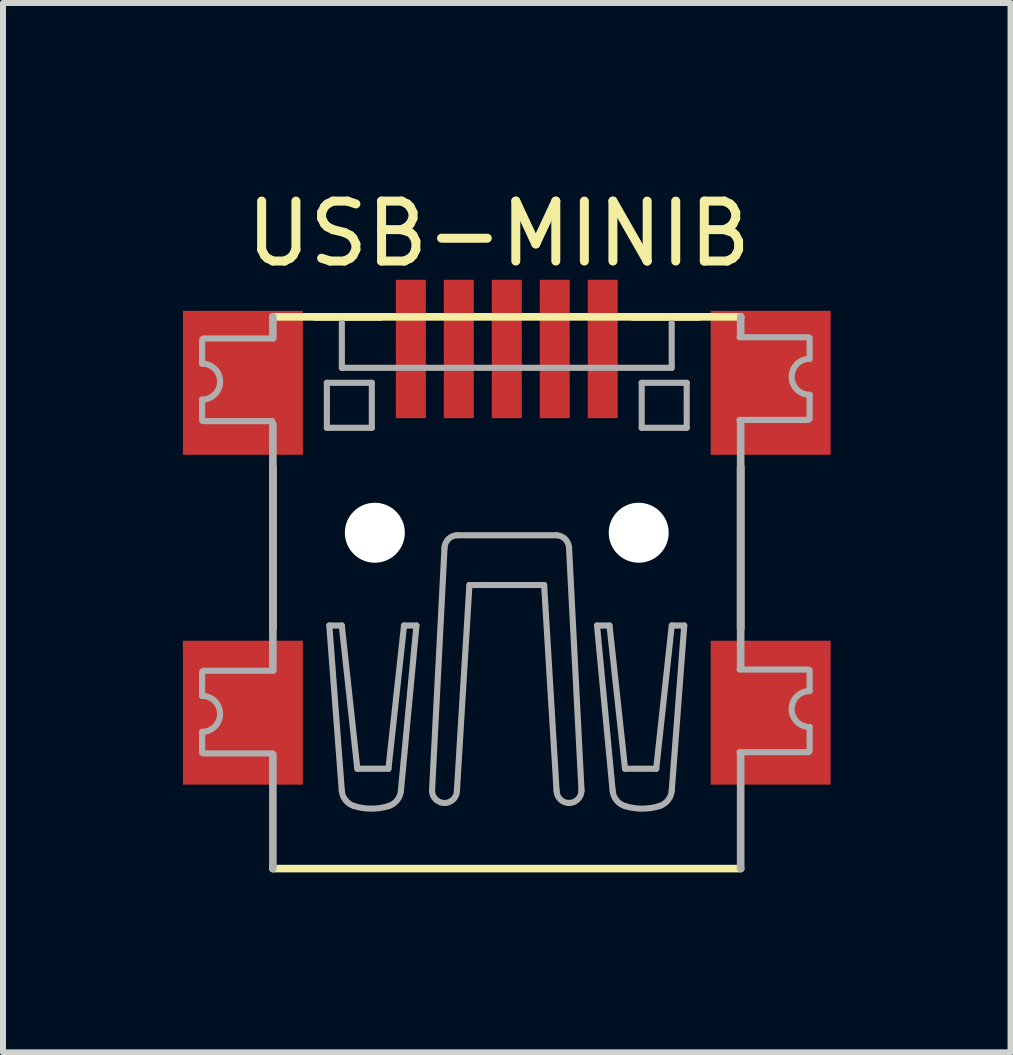
<source format=kicad_pcb>
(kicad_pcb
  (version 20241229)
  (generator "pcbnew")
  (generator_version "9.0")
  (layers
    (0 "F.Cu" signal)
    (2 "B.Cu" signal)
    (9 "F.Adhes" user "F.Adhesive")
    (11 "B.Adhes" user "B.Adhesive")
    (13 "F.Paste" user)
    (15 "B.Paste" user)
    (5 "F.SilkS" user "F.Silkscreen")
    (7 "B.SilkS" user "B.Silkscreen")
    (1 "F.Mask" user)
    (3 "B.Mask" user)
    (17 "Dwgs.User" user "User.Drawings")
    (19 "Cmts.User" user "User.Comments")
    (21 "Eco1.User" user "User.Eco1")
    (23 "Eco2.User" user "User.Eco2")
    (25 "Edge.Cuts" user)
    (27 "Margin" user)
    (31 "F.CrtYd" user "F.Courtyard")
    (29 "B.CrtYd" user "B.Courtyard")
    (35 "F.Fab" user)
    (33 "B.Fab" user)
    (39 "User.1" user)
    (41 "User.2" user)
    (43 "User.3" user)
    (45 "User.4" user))
  (footprint "USB-MINIB"
    (layer "F.Cu")
    (at 5.4 6.833)
    (property "Reference" "USB-MINIB" (at -0.135 -5.985 0) (layer "F.SilkS") (effects (font (size 1 1) (thickness 0.15))))
    (attr through_hole)
    (fp_line (start -3.9 -4.6) (end 3.9 -4.6) (stroke (width 0.127) (type solid)) (layer "F.SilkS"))
    (fp_line (start -3.9 0.6) (end -3.9 -2.1) (stroke (width 0.127) (type solid)) (layer "F.SilkS"))
    (fp_line (start -3.9 4.6) (end 3.9 4.6) (stroke (width 0.127) (type solid)) (layer "F.SilkS"))
    (fp_line (start -3.2 -4.6) (end -2.1 -4.6) (stroke (width 0.127) (type solid)) (layer "F.SilkS"))
    (fp_line (start 2.1 -4.6) (end 3.2 -4.6) (stroke (width 0.127) (type solid)) (layer "F.SilkS"))
    (fp_line (start 3.9 -2.1) (end 3.9 0.6) (stroke (width 0.127) (type solid)) (layer "F.SilkS"))
    (fp_line (start -5.08 -4.22) (end -5.08 -3.82) (stroke (width 0.102) (type solid)) (layer "F.Fab"))
    (fp_line (start -5.08 -2.87) (end -5.08 -3.22) (stroke (width 0.102) (type solid)) (layer "F.Fab"))
    (fp_line (start -5.08 1.32) (end -5.08 1.72) (stroke (width 0.102) (type solid)) (layer "F.Fab"))
    (fp_line (start -5.08 2.67) (end -5.08 2.32) (stroke (width 0.102) (type solid)) (layer "F.Fab"))
    (fp_line (start -5.06 -4.239) (end -3.91 -4.239) (stroke (width 0.102) (type solid)) (layer "F.Fab"))
    (fp_line (start -5.06 1.301) (end -3.91 1.301) (stroke (width 0.102) (type solid)) (layer "F.Fab"))
    (fp_line (start -3.91 -2.861) (end -5.06 -2.861) (stroke (width 0.102) (type solid)) (layer "F.Fab"))
    (fp_line (start -3.91 2.679) (end -5.06 2.679) (stroke (width 0.102) (type solid)) (layer "F.Fab"))
    (fp_line (start -3.9 -4.6) (end -3.9 -4.25) (stroke (width 0.127) (type solid)) (layer "F.Fab"))
    (fp_line (start -3.9 1.29) (end -3.9 -2.81) (stroke (width 0.127) (type solid)) (layer "F.Fab"))
    (fp_line (start -3.9 4.6) (end -3.9 2.7) (stroke (width 0.127) (type solid)) (layer "F.Fab"))
    (fp_line (start -3 -3.5) (end -2.25 -3.5) (stroke (width 0.102) (type solid)) (layer "F.Fab"))
    (fp_line (start -3 -2.75) (end -3 -3.5) (stroke (width 0.102) (type solid)) (layer "F.Fab"))
    (fp_line (start -2.959 0.547) (end -2.751 3.299) (stroke (width 0.102) (type solid)) (layer "F.Fab"))
    (fp_line (start -2.751 0.547) (end -2.959 0.547) (stroke (width 0.102) (type solid)) (layer "F.Fab"))
    (fp_line (start -2.75 -4.5) (end -2.75 -3.75) (stroke (width 0.102) (type solid)) (layer "F.Fab"))
    (fp_line (start -2.75 -3.75) (end 2.75 -3.75) (stroke (width 0.102) (type solid)) (layer "F.Fab"))
    (fp_line (start -2.492 2.935) (end -2.751 0.547) (stroke (width 0.102) (type solid)) (layer "F.Fab"))
    (fp_line (start -2.25 -3.5) (end -2.25 -2.75) (stroke (width 0.102) (type solid)) (layer "F.Fab"))
    (fp_line (start -2.25 -2.75) (end -3 -2.75) (stroke (width 0.102) (type solid)) (layer "F.Fab"))
    (fp_line (start -1.973 2.935) (end -2.492 2.935) (stroke (width 0.102) (type solid)) (layer "F.Fab"))
    (fp_line (start -1.765 3.299) (end -1.506 0.547) (stroke (width 0.102) (type solid)) (layer "F.Fab"))
    (fp_line (start -1.713 0.547) (end -1.973 2.935) (stroke (width 0.102) (type solid)) (layer "F.Fab"))
    (fp_line (start -1.506 0.547) (end -1.713 0.547) (stroke (width 0.102) (type solid)) (layer "F.Fab"))
    (fp_line (start -1.246 3.298) (end -1.038 -0.751) (stroke (width 0.102) (type solid)) (layer "F.Fab"))
    (fp_line (start -0.831 3.299) (end -0.623 -0.128) (stroke (width 0.102) (type solid)) (layer "F.Fab"))
    (fp_line (start 0.623 -0.128) (end -0.623 -0.128) (stroke (width 0.102) (type solid)) (layer "F.Fab"))
    (fp_line (start 0.83 -0.958) (end -0.831 -0.958) (stroke (width 0.102) (type solid)) (layer "F.Fab"))
    (fp_line (start 0.83 3.299) (end 0.623 -0.128) (stroke (width 0.102) (type solid)) (layer "F.Fab"))
    (fp_line (start 1.246 3.298) (end 1.038 -0.751) (stroke (width 0.102) (type solid)) (layer "F.Fab"))
    (fp_line (start 1.505 0.547) (end 1.713 0.547) (stroke (width 0.102) (type solid)) (layer "F.Fab"))
    (fp_line (start 1.713 0.547) (end 1.972 2.935) (stroke (width 0.102) (type solid)) (layer "F.Fab"))
    (fp_line (start 1.765 3.299) (end 1.505 0.547) (stroke (width 0.102) (type solid)) (layer "F.Fab"))
    (fp_line (start 1.972 2.935) (end 2.492 2.935) (stroke (width 0.102) (type solid)) (layer "F.Fab"))
    (fp_line (start 2.25 -3.5) (end 2.25 -2.75) (stroke (width 0.102) (type solid)) (layer "F.Fab"))
    (fp_line (start 2.25 -2.75) (end 3 -2.75) (stroke (width 0.102) (type solid)) (layer "F.Fab"))
    (fp_line (start 2.492 2.935) (end 2.751 0.547) (stroke (width 0.102) (type solid)) (layer "F.Fab"))
    (fp_line (start 2.75 -3.75) (end 2.75 -4.5) (stroke (width 0.102) (type solid)) (layer "F.Fab"))
    (fp_line (start 2.751 0.547) (end 2.959 0.547) (stroke (width 0.102) (type solid)) (layer "F.Fab"))
    (fp_line (start 2.959 0.547) (end 2.751 3.299) (stroke (width 0.102) (type solid)) (layer "F.Fab"))
    (fp_line (start 3 -3.5) (end 2.25 -3.5) (stroke (width 0.102) (type solid)) (layer "F.Fab"))
    (fp_line (start 3 -2.75) (end 3 -3.5) (stroke (width 0.102) (type solid)) (layer "F.Fab"))
    (fp_line (start 3.88 -4.259) (end 5.03 -4.259) (stroke (width 0.102) (type solid)) (layer "F.Fab"))
    (fp_line (start 3.88 1.281) (end 5.03 1.281) (stroke (width 0.102) (type solid)) (layer "F.Fab"))
    (fp_line (start 3.9 -4.6) (end 3.9 -4.3) (stroke (width 0.127) (type solid)) (layer "F.Fab"))
    (fp_line (start 3.9 1.24) (end 3.9 -2.86) (stroke (width 0.127) (type solid)) (layer "F.Fab"))
    (fp_line (start 3.9 4.6) (end 3.9 2.7) (stroke (width 0.127) (type solid)) (layer "F.Fab"))
    (fp_line (start 5.03 -2.881) (end 3.88 -2.881) (stroke (width 0.102) (type solid)) (layer "F.Fab"))
    (fp_line (start 5.03 2.659) (end 3.88 2.659) (stroke (width 0.102) (type solid)) (layer "F.Fab"))
    (fp_line (start 5.05 -4.25) (end 5.05 -3.9) (stroke (width 0.102) (type solid)) (layer "F.Fab"))
    (fp_line (start 5.05 -2.9) (end 5.05 -3.3) (stroke (width 0.102) (type solid)) (layer "F.Fab"))
    (fp_line (start 5.05 1.29) (end 5.05 1.64) (stroke (width 0.102) (type solid)) (layer "F.Fab"))
    (fp_line (start 5.05 2.64) (end 5.05 2.24) (stroke (width 0.102) (type solid)) (layer "F.Fab"))
    (fp_arc (start -5.08 -3.82) (mid -4.78 -3.52) (end -5.08 -3.22) (stroke (width 0.1016) (type solid)) (layer "F.Fab"))
    (fp_arc (start -5.08 1.72) (mid -4.78 2.02) (end -5.08 2.32) (stroke (width 0.1016) (type solid)) (layer "F.Fab"))
    (fp_arc (start -2.5438 3.558) (mid -2.687659 3.460297) (end -2.7514 3.2985) (stroke (width 0.1016) (type solid)) (layer "F.Fab"))
    (fp_arc (start -1.9727 3.558) (mid -2.25825 3.600802) (end -2.5438 3.558) (stroke (width 0.1016) (type solid)) (layer "F.Fab"))
    (fp_arc (start -1.7651 3.2985) (mid -1.828841 3.460297) (end -1.9727 3.558) (stroke (width 0.1016) (type solid)) (layer "F.Fab"))
    (fp_arc (start -1.0383 -0.7508) (mid -0.974177 -0.894346) (end -0.8306 -0.9584) (stroke (width 0.1016) (type solid)) (layer "F.Fab"))
    (fp_arc (start -1.0383 3.5061) (mid -1.185095 3.445295) (end -1.2459 3.2985) (stroke (width 0.1016) (type solid)) (layer "F.Fab"))
    (fp_arc (start -0.8306 3.2985) (mid -0.891405 3.445295) (end -1.0382 3.5061) (stroke (width 0.1016) (type solid)) (layer "F.Fab"))
    (fp_arc (start 0.8304 -0.9584) (mid 0.973951 -0.89432) (end 1.0381 -0.7508) (stroke (width 0.1016) (type solid)) (layer "F.Fab"))
    (fp_arc (start 1.038 3.5061) (mid 0.891205 3.445295) (end 0.8304 3.2985) (stroke (width 0.1016) (type solid)) (layer "F.Fab"))
    (fp_arc (start 1.2457 3.2985) (mid 1.184895 3.445295) (end 1.0381 3.5061) (stroke (width 0.1016) (type solid)) (layer "F.Fab"))
    (fp_arc (start 1.9725 3.558) (mid 1.828641 3.460297) (end 1.7649 3.2985) (stroke (width 0.1016) (type solid)) (layer "F.Fab"))
    (fp_arc (start 2.5436 3.558) (mid 2.25805 3.600802) (end 1.9725 3.558) (stroke (width 0.1016) (type solid)) (layer "F.Fab"))
    (fp_arc (start 2.7512 3.2985) (mid 2.687459 3.460297) (end 2.5436 3.558) (stroke (width 0.1016) (type solid)) (layer "F.Fab"))
    (fp_arc (start 5.05 -3.3) (mid 4.75 -3.6) (end 5.05 -3.9) (stroke (width 0.1016) (type solid)) (layer "F.Fab"))
    (fp_arc (start 5.05 2.24) (mid 4.75 1.94) (end 5.05 1.64) (stroke (width 0.1016) (type solid)) (layer "F.Fab"))
    (pad "" np_thru_hole circle (at -2.2 -1) (size 1 1) (drill 1) (layers "*.Cu" "*.Mask"))
    (pad "" np_thru_hole circle (at 2.2 -1) (size 1 1) (drill 1) (layers "*.Cu" "*.Mask"))
    (pad "D+" smd rect (at 0 -4.064 180) (size 0.5 2.308) (layers "F.Cu" "F.Mask" "F.Paste"))
    (pad "D-" smd rect (at -0.8 -4.064 180) (size 0.5 2.308) (layers "F.Cu" "F.Mask" "F.Paste"))
    (pad "GND" smd rect (at 1.6 -4.064 180) (size 0.5 2.308) (layers "F.Cu" "F.Mask" "F.Paste"))
    (pad "GND1" smd rect (at -4.4 2) (size 2 2.4) (layers "F.Cu" "F.Mask" "F.Paste"))
    (pad "GND2" smd rect (at -4.4 -3.5) (size 2 2.4) (layers "F.Cu" "F.Mask" "F.Paste"))
    (pad "GND3" smd rect (at 4.4 -3.5) (size 2 2.4) (layers "F.Cu" "F.Mask" "F.Paste"))
    (pad "GND4" smd rect (at 4.4 2) (size 2 2.4) (layers "F.Cu" "F.Mask" "F.Paste"))
    (pad "ID" smd rect (at 0.8 -4.064 180) (size 0.5 2.308) (layers "F.Cu" "F.Mask" "F.Paste"))
    (pad "VBUS" smd rect (at -1.6 -4.064 180) (size 0.5 2.308) (layers "F.Cu" "F.Mask" "F.Paste")))
  (gr_rect
    (start -3 -3)
    (end 13.8 14.497)
    (stroke (width 0.1) (type default))
    (fill no)
    (layer "Edge.Cuts")))
</source>
